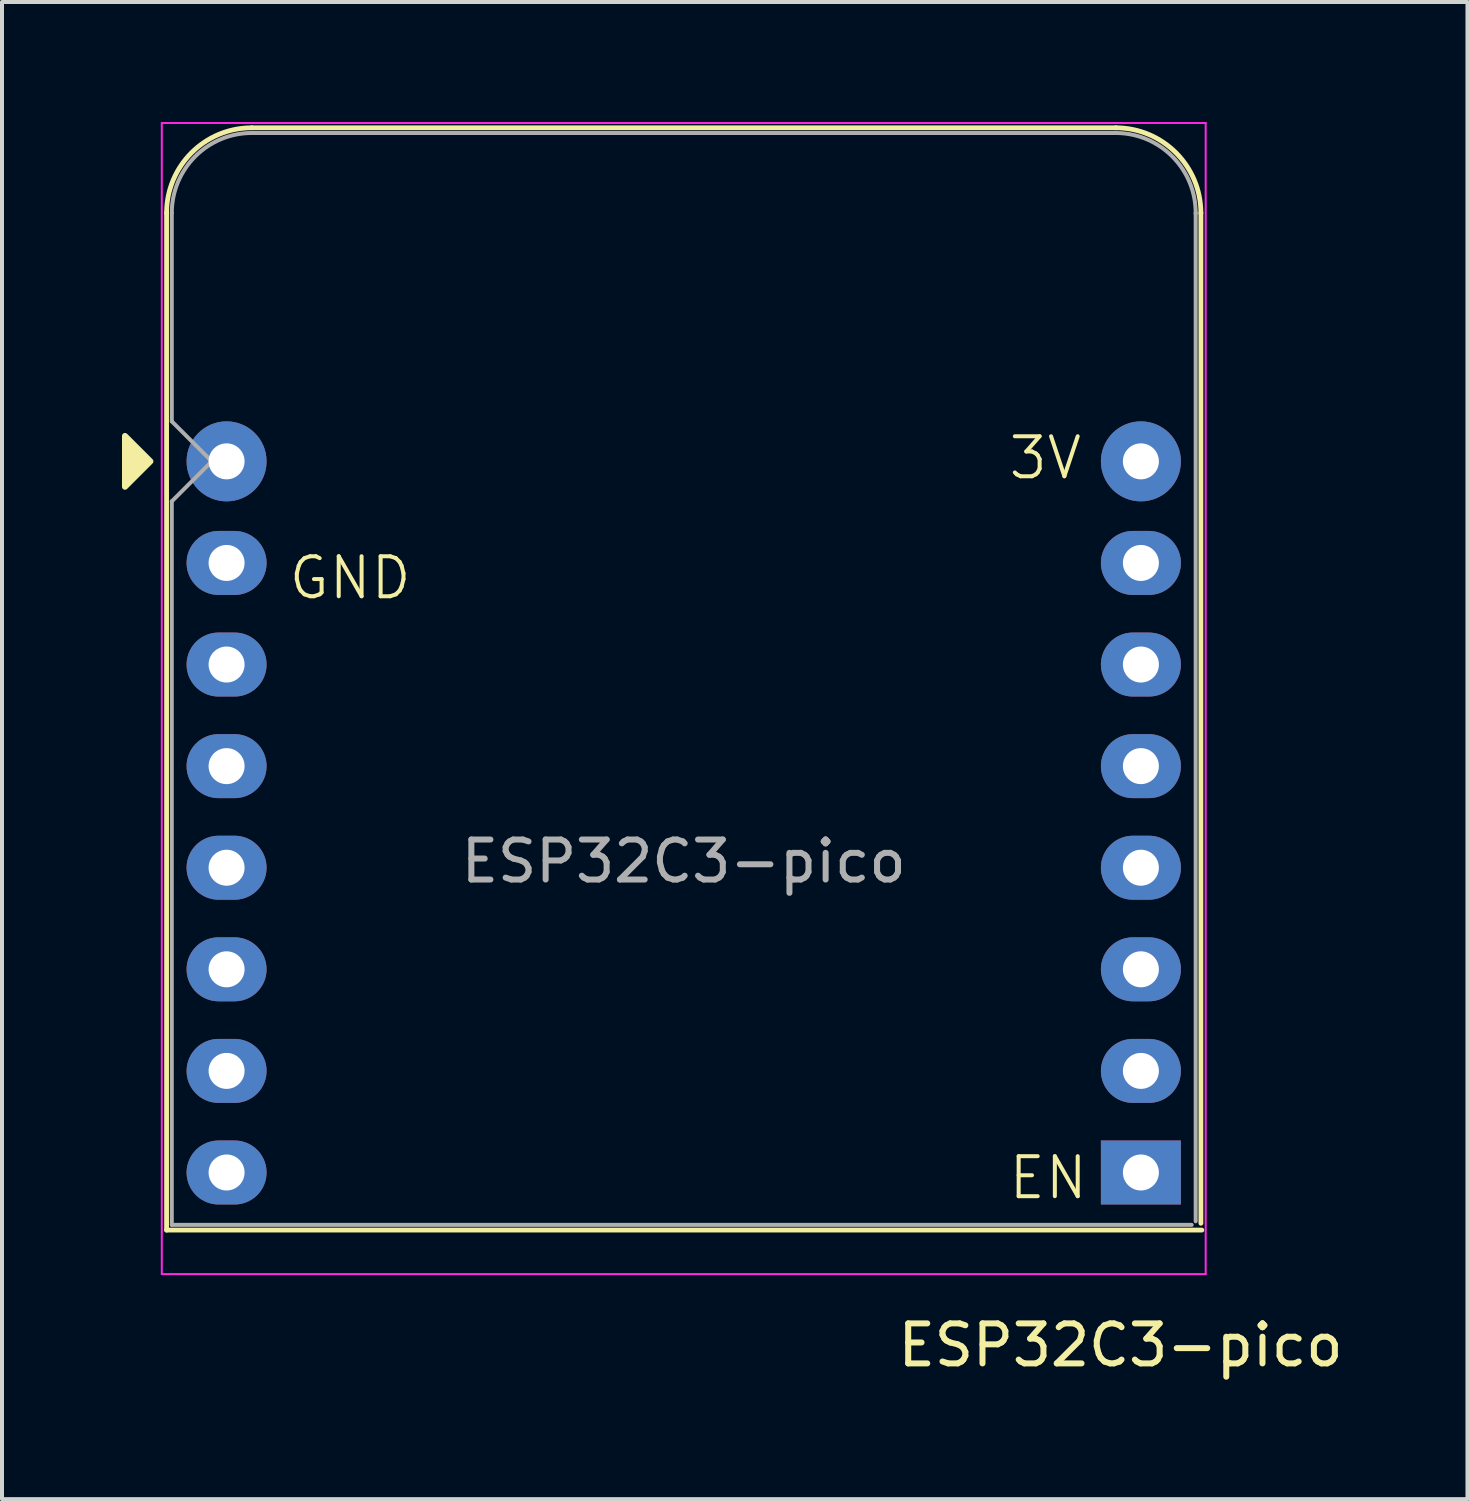
<source format=kicad_pcb>
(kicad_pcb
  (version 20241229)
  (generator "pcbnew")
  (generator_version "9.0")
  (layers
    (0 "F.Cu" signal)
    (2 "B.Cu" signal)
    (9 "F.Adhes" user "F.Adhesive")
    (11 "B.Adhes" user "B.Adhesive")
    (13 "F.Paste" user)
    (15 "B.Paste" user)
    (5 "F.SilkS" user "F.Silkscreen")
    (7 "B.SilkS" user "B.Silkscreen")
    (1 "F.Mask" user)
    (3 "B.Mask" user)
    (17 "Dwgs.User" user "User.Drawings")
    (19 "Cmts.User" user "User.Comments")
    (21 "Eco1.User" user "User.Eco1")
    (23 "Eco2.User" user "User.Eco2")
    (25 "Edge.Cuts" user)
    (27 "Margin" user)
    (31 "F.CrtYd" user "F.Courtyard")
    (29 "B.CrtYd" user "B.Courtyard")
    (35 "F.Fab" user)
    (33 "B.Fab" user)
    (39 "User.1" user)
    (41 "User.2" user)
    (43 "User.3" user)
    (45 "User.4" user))
  (footprint "ESP32C3-pico"
    (layer "F.Cu")
    (at 2.615 8.485)
    (property "Reference" "ESP32C3-pico" (at 22.352 22.098 0) (layer "F.SilkS") (effects (font (size 1 1) (thickness 0.15))))
    (attr through_hole)
    (fp_line (start -1.5 19.22) (end -1.5 -6.21) (stroke (width 0.12) (type solid)) (layer "F.SilkS"))
    (fp_line (start -1.5 19.22) (end 24.384 19.22) (stroke (width 0.12) (type solid)) (layer "F.SilkS"))
    (fp_line (start 22.24 -8.34) (end 0.63 -8.34) (stroke (width 0.12) (type solid)) (layer "F.SilkS"))
    (fp_line (start 24.36 19.05) (end 24.36 -6.21) (stroke (width 0.12) (type solid)) (layer "F.SilkS"))
    (fp_arc (start -1.5 -6.21) (mid -0.876137 -7.716137) (end 0.63 -8.34) (stroke (width 0.12) (type solid)) (layer "F.SilkS"))
    (fp_arc (start 22.23 -8.34) (mid 23.736137 -7.716137) (end 24.36 -6.21) (stroke (width 0.12) (type solid)) (layer "F.SilkS"))
    (fp_poly (pts (xy -2.54 -0.635) (xy -2.54 0.635) (xy -1.905 0)) (stroke (width 0.15) (type solid)) (fill yes) (layer "F.SilkS"))
    (fp_line (start -1.62 -8.46) (end 24.48 -8.46) (stroke (width 0.05) (type solid)) (layer "F.CrtYd"))
    (fp_line (start -1.62 20.32) (end -1.62 -8.46) (stroke (width 0.05) (type solid)) (layer "F.CrtYd"))
    (fp_line (start 24.48 -8.46) (end 24.48 20.32) (stroke (width 0.05) (type solid)) (layer "F.CrtYd"))
    (fp_line (start 24.48 20.32) (end -1.62 20.32) (stroke (width 0.05) (type solid)) (layer "F.CrtYd"))
    (fp_line (start -1.37 -6.21) (end -1.37 -1) (stroke (width 0.1) (type solid)) (layer "F.Fab"))
    (fp_line (start -1.37 1) (end -1.37 19.09) (stroke (width 0.1) (type solid)) (layer "F.Fab"))
    (fp_line (start -1.37 1) (end -0.37 0) (stroke (width 0.1) (type solid)) (layer "F.Fab"))
    (fp_line (start -1.37 19.09) (end 24.13 19.09) (stroke (width 0.1) (type solid)) (layer "F.Fab"))
    (fp_line (start -0.37 0) (end -1.37 -1) (stroke (width 0.1) (type solid)) (layer "F.Fab"))
    (fp_line (start 22.23 -8.21) (end 0.63 -8.21) (stroke (width 0.1) (type solid)) (layer "F.Fab"))
    (fp_line (start 24.23 19) (end 24.23 -6.21) (stroke (width 0.1) (type solid)) (layer "F.Fab"))
    (fp_arc (start -1.37 -6.21) (mid -0.784214 -7.624214) (end 0.63 -8.21) (stroke (width 0.1) (type solid)) (layer "F.Fab"))
    (fp_arc (start 22.25 -8.21) (mid 23.658356 -7.610071) (end 24.23 -6.19) (stroke (width 0.1) (type solid)) (layer "F.Fab"))
    (fp_text user "GND" (at 1.5 3.5 0) (unlocked yes) (layer "F.SilkS") (effects (font (size 1 1) (thickness 0.1)) (justify left bottom)))
    (fp_text user "3V" (at 19.5 0.5 0) (unlocked yes) (layer "F.SilkS") (effects (font (size 1 1) (thickness 0.1)) (justify left bottom)))
    (fp_text user "EN" (at 19.5 18.5 0) (unlocked yes) (layer "F.SilkS") (effects (font (size 1 1) (thickness 0.1)) (justify left bottom)))
    (fp_text user "${REFERENCE}" (at 11.43 10 0) (layer "F.Fab") (effects (font (size 1 1) (thickness 0.15))))
    (pad "1" thru_hole circle (at 22.86 0) (size 2 2) (drill 0.9) (layers "*.Cu" "*.Mask"))
    (pad "2" thru_hole oval (at 22.86 2.54) (size 2 1.6) (drill 0.9) (layers "*.Cu" "*.Mask"))
    (pad "3" thru_hole oval (at 22.86 5.08) (size 2 1.6) (drill 0.9) (layers "*.Cu" "*.Mask"))
    (pad "4" thru_hole oval (at 22.86 7.62) (size 2 1.6) (drill 0.9) (layers "*.Cu" "*.Mask"))
    (pad "5" thru_hole oval (at 22.86 10.16) (size 2 1.6) (drill 0.9) (layers "*.Cu" "*.Mask"))
    (pad "6" thru_hole oval (at 22.86 12.7) (size 2 1.6) (drill 0.9) (layers "*.Cu" "*.Mask"))
    (pad "7" thru_hole oval (at 22.86 15.24) (size 2 1.6) (drill 0.9) (layers "*.Cu" "*.Mask"))
    (pad "8" thru_hole rect (at 22.86 17.78) (size 2 1.6) (drill 0.9) (layers "*.Cu" "*.Mask"))
    (pad "9" thru_hole oval (at 0 17.78) (size 2 1.6) (drill 0.9) (layers "*.Cu" "*.Mask"))
    (pad "10" thru_hole oval (at 0 15.24) (size 2 1.6) (drill 0.9) (layers "*.Cu" "*.Mask"))
    (pad "11" thru_hole oval (at 0 12.7) (size 2 1.6) (drill 0.9) (layers "*.Cu" "*.Mask"))
    (pad "12" thru_hole oval (at 0 10.16) (size 2 1.6) (drill 0.9) (layers "*.Cu" "*.Mask"))
    (pad "13" thru_hole oval (at 0 7.62) (size 2 1.6) (drill 0.9) (layers "*.Cu" "*.Mask"))
    (pad "14" thru_hole oval (at 0 5.08) (size 2 1.6) (drill 0.9) (layers "*.Cu" "*.Mask"))
    (pad "15" thru_hole oval (at 0 2.54) (size 2 1.6) (drill 0.9) (layers "*.Cu" "*.Mask"))
    (pad "16" thru_hole circle (at 0 0) (size 2 2) (drill 0.9) (layers "*.Cu" "*.Mask")))
  (gr_rect
    (start -3 -3)
    (end 33.64 34.431)
    (stroke (width 0.1) (type default))
    (fill no)
    (layer "Edge.Cuts")))
</source>
